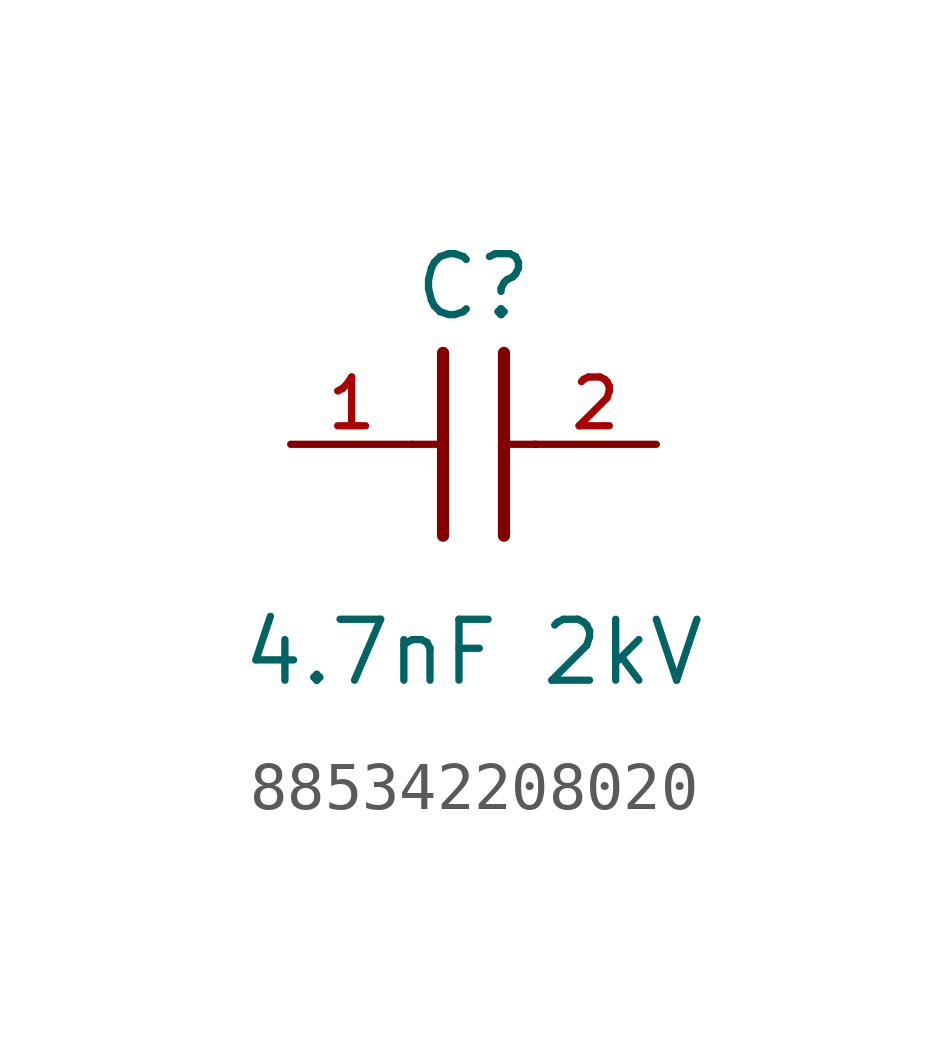
<source format=kicad_sym>
(kicad_symbol_lib
  (version 20231120)
  (generator "kicad_symbol_editor")
  (generator_version "8.0")
  (symbol "885342208020"
    (pin_names
      (offset 1.016))
    (property "Reference" "C"
      (at 1.27 2.54 0)
      (effects (font (size 1.27 1.27)) (justify bottom)))
    (property "Value" "4.7nF 2kV"
      (at 1.27 -5.08 0)
      (effects (font (size 1.27 1.27)) (justify bottom)))
    (symbol "885342208020_0_0"
      (polyline (pts (xy 0 0) (xy 0.643 0)) (stroke (width 0.152) (type default)) (fill (type none)))
      (polyline (pts (xy 0.635 -1.905) (xy 0.635 1.905)) (stroke (width 0.254) (type default)) (fill (type none)))
      (polyline (pts (xy 1.905 1.905) (xy 1.905 -1.905)) (stroke (width 0.254) (type default)) (fill (type none)))
      (polyline (pts (xy 1.928 0) (xy 2.571 0)) (stroke (width 0.152) (type default)) (fill (type none)))
      (pin passive line (at -2.54 0 0) (length 2.54) (name "~" (effects (font (size 1.016 1.016)))) (number "1" (effects (font (size 1.016 1.016)))))
      (pin passive line (at 5.08 0 180) (length 2.54) (name "~" (effects (font (size 1.016 1.016)))) (number "2" (effects (font (size 1.016 1.016))))))))
</source>
